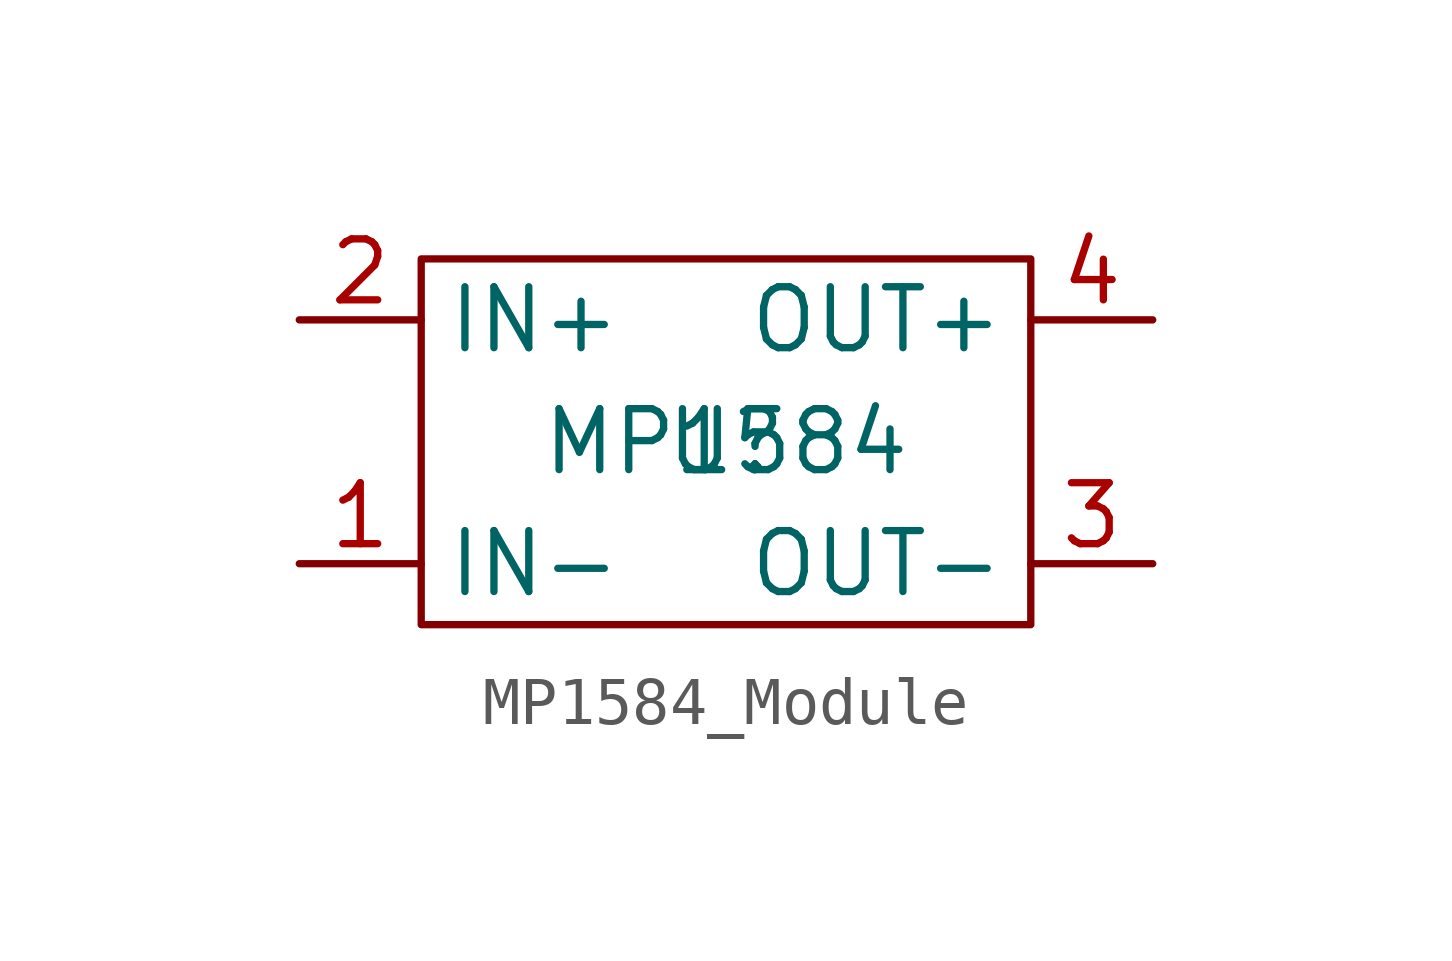
<source format=kicad_sym>
(kicad_symbol_lib
  (version 20241209)
  (generator "kicad_symbol_editor")
  (generator_version "9.0")
  (symbol "MP1584_Module"
    (property "Reference" "U"
      (at 0 0 0)
      (effects (font (size 1.27 1.27))))
    (property "Value" "MP1584"
      (at 0 0 0)
      (effects (font (size 1.27 1.27))))
    (symbol "MP1584_Module_0_1"
      (rectangle (start -6.35 3.81) (end 6.35 -3.81) (stroke (width 0) (type default)) (fill (type none))))
    (symbol "MP1584_Module_1_1"
      (pin power_in line (at -8.89 2.54 0) (length 2.54) (name "IN+" (effects (font (size 1.27 1.27)))) (number "2" (effects (font (size 1.27 1.27)))))
      (pin power_in line (at -8.89 -2.54 0) (length 2.54) (name "IN-" (effects (font (size 1.27 1.27)))) (number "1" (effects (font (size 1.27 1.27)))))
      (pin power_out line (at 8.89 2.54 180) (length 2.54) (name "OUT+" (effects (font (size 1.27 1.27)))) (number "4" (effects (font (size 1.27 1.27)))))
      (pin power_out line (at 8.89 -2.54 180) (length 2.54) (name "OUT-" (effects (font (size 1.27 1.27)))) (number "3" (effects (font (size 1.27 1.27))))))))
</source>
